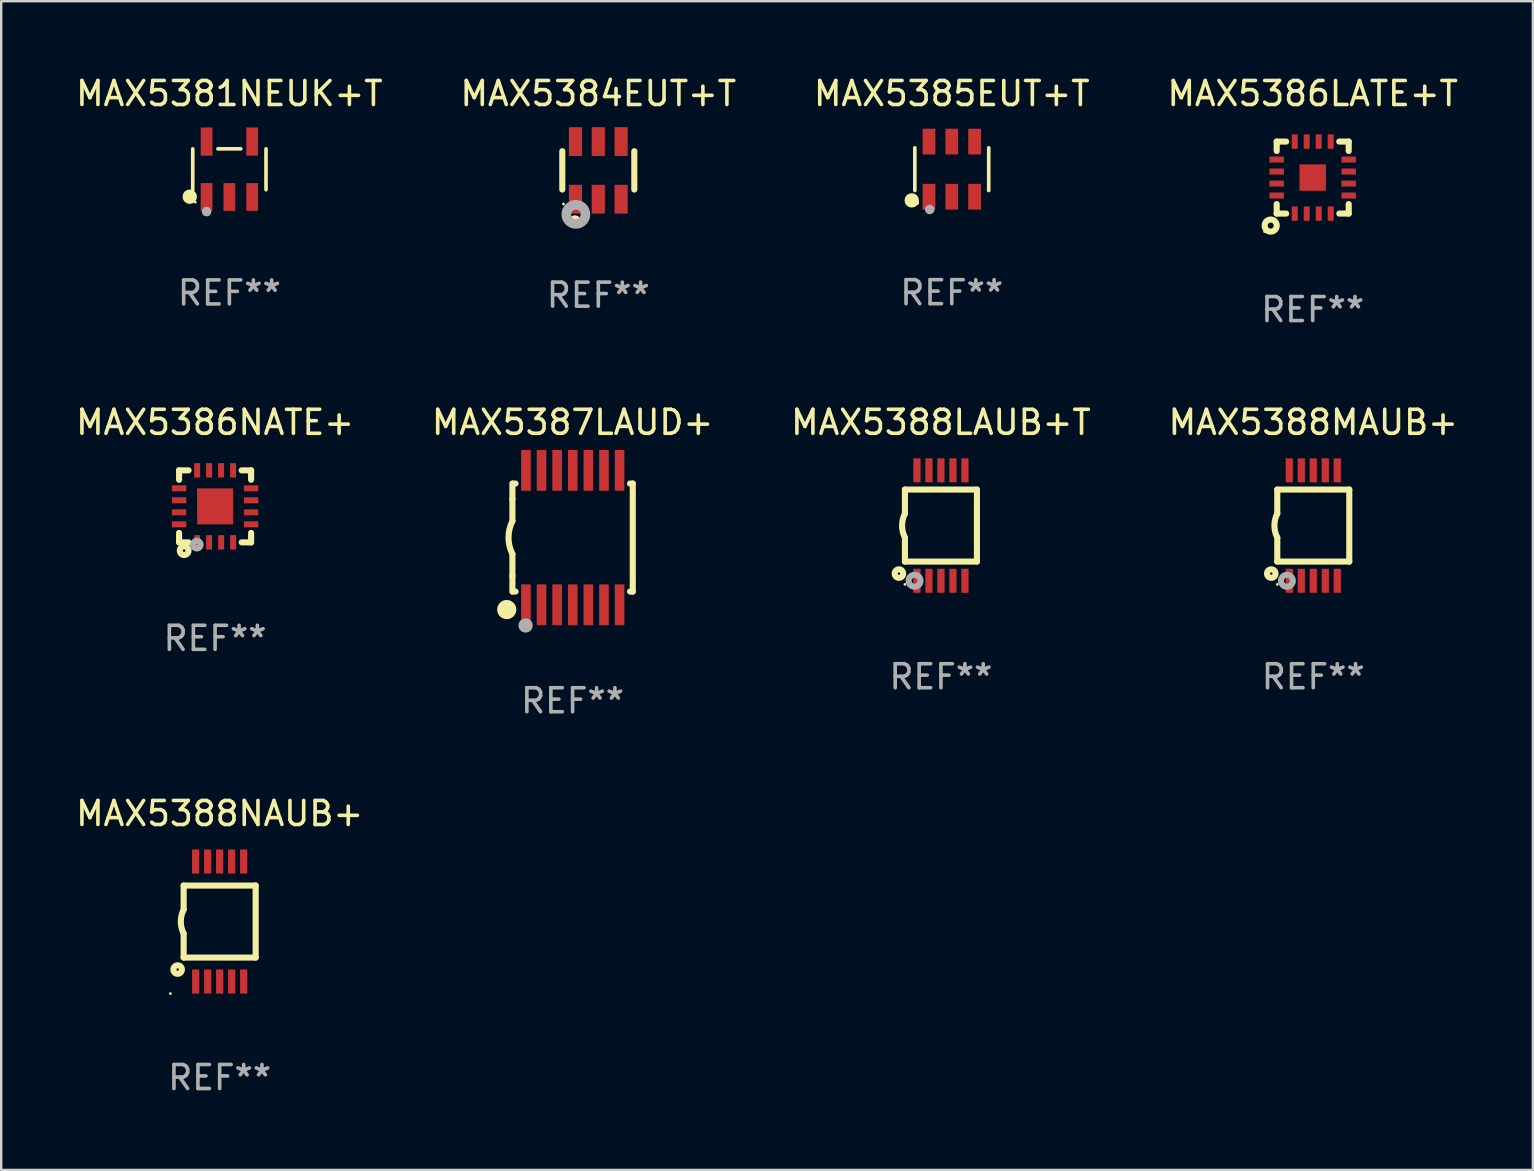
<source format=kicad_pcb>
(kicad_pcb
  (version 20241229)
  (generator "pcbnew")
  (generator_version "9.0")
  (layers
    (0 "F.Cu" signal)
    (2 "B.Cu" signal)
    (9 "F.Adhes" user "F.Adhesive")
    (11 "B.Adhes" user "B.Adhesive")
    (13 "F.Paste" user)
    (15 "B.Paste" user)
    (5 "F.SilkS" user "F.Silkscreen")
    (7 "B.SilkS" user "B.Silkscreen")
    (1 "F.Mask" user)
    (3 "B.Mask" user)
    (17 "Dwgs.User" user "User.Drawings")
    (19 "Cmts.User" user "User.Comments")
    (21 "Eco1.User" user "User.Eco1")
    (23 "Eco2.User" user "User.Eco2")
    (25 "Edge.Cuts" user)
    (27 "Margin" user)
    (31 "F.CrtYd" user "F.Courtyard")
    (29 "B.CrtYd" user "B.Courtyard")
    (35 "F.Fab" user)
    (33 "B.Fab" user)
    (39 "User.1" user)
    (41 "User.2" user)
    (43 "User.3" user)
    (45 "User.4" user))
  (footprint "MAX5386NATE+"
    (layer "F.Cu")
    (at 5.911 18.045)
    (property "Reference" "MAX5386NATE+" (at 0 -3.5 0) (layer "F.SilkS") (effects (font (size 1 1) (thickness 0.15))))
    (attr through_hole)
    (fp_line (start -1.5 -1.5) (end -1.5 -1.108) (stroke (width 0.254) (type solid)) (layer "F.SilkS"))
    (fp_line (start -1.5 -1.5) (end -1.105 -1.5) (stroke (width 0.254) (type solid)) (layer "F.SilkS"))
    (fp_line (start -1.5 1.104) (end -1.5 1.5) (stroke (width 0.254) (type solid)) (layer "F.SilkS"))
    (fp_line (start -1.5 1.5) (end -1.105 1.5) (stroke (width 0.254) (type solid)) (layer "F.SilkS"))
    (fp_line (start 1.106 -1.5) (end 1.5 -1.5) (stroke (width 0.254) (type solid)) (layer "F.SilkS"))
    (fp_line (start 1.108 1.5) (end 1.5 1.5) (stroke (width 0.254) (type solid)) (layer "F.SilkS"))
    (fp_line (start 1.5 -1.108) (end 1.5 -1.5) (stroke (width 0.254) (type solid)) (layer "F.SilkS"))
    (fp_line (start 1.5 1.5) (end 1.5 1.104) (stroke (width 0.254) (type solid)) (layer "F.SilkS"))
    (fp_circle (center -1.5 1.5) (end -1.47 1.5) (stroke (width 0.06) (type solid)) (fill no) (layer "F.SilkS"))
    (fp_circle (center -1.289 1.845) (end -1.235 1.845) (stroke (width 0.254) (type solid)) (fill no) (layer "F.SilkS"))
    (fp_circle (center -0.762 1.596) (end -0.731 1.596) (stroke (width 0.254) (type solid)) (fill no) (layer "F.Fab"))
    (fp_text user "REF**" (at 0 5.5 0) (layer "F.Fab") (effects (font (size 1 1) (thickness 0.15))))
    (pad "1" smd rect (at -0.748 1.5 180) (size 0.25 0.6) (layers "F.Cu" "F.Mask" "F.Paste"))
    (pad "2" smd rect (at -0.249 1.5 180) (size 0.25 0.6) (layers "F.Cu" "F.Mask" "F.Paste"))
    (pad "3" smd rect (at 0.252 1.5 180) (size 0.25 0.6) (layers "F.Cu" "F.Mask" "F.Paste"))
    (pad "4" smd rect (at 0.751 1.5 180) (size 0.25 0.6) (layers "F.Cu" "F.Mask" "F.Paste"))
    (pad "5" smd rect (at 1.5 0.748 270) (size 0.25 0.6) (layers "F.Cu" "F.Mask" "F.Paste"))
    (pad "6" smd rect (at 1.5 0.248 270) (size 0.25 0.6) (layers "F.Cu" "F.Mask" "F.Paste"))
    (pad "7" smd rect (at 1.5 -0.252 270) (size 0.25 0.6) (layers "F.Cu" "F.Mask" "F.Paste"))
    (pad "8" smd rect (at 1.5 -0.752 270) (size 0.25 0.6) (layers "F.Cu" "F.Mask" "F.Paste"))
    (pad "9" smd rect (at 0.75 -1.5) (size 0.25 0.6) (layers "F.Cu" "F.Mask" "F.Paste"))
    (pad "10" smd rect (at 0.25 -1.5) (size 0.25 0.6) (layers "F.Cu" "F.Mask" "F.Paste"))
    (pad "11" smd rect (at -0.25 -1.5) (size 0.25 0.6) (layers "F.Cu" "F.Mask" "F.Paste"))
    (pad "12" smd rect (at -0.748 -1.5) (size 0.25 0.6) (layers "F.Cu" "F.Mask" "F.Paste"))
    (pad "13" smd rect (at -1.5 -0.752 90) (size 0.25 0.6) (layers "F.Cu" "F.Mask" "F.Paste"))
    (pad "14" smd rect (at -1.5 -0.252 90) (size 0.25 0.6) (layers "F.Cu" "F.Mask" "F.Paste"))
    (pad "15" smd rect (at -1.5 0.248 90) (size 0.25 0.6) (layers "F.Cu" "F.Mask" "F.Paste"))
    (pad "16" smd rect (at -1.5 0.748 90) (size 0.25 0.6) (layers "F.Cu" "F.Mask" "F.Paste"))
    (pad "17" smd rect (at -0.000064 0.000076 90) (size 1.5 1.5) (layers "F.Cu" "F.Mask" "F.Paste")))
  (footprint "MAX5381NEUK+T"
    (layer "F.Cu")
    (at 6.506 4.002)
    (property "Reference" "MAX5381NEUK+T" (at 0 -3.154 0) (layer "F.SilkS") (effects (font (size 1 1) (thickness 0.15))))
    (attr through_hole)
    (fp_line (start -1.526 0.851) (end -1.526 -0.851) (stroke (width 0.152) (type solid)) (layer "F.SilkS"))
    (fp_line (start 0.476 -0.851) (end -0.476 -0.851) (stroke (width 0.152) (type solid)) (layer "F.SilkS"))
    (fp_line (start 1.526 0.851) (end 1.526 -0.851) (stroke (width 0.152) (type solid)) (layer "F.SilkS"))
    (fp_circle (center -1.651 1.143) (end -1.501 1.143) (stroke (width 0.3) (type solid)) (fill no) (layer "F.SilkS"))
    (fp_circle (center -1.42 1.37) (end -1.39 1.37) (stroke (width 0.06) (type solid)) (fill no) (layer "F.SilkS"))
    (fp_circle (center -0.95 1.763) (end -0.85 1.763) (stroke (width 0.2) (type solid)) (fill no) (layer "F.Fab"))
    (fp_text user "REF**" (at 0 5.154 0) (layer "F.Fab") (effects (font (size 1 1) (thickness 0.15))))
    (pad "1" smd rect (at -0.95 1.154) (size 0.49 1.157) (layers "F.Cu" "F.Mask" "F.Paste"))
    (pad "2" smd rect (at 0 1.154) (size 0.49 1.157) (layers "F.Cu" "F.Mask" "F.Paste"))
    (pad "3" smd rect (at 0.95 1.154) (size 0.49 1.157) (layers "F.Cu" "F.Mask" "F.Paste"))
    (pad "4" smd rect (at 0.95 -1.154) (size 0.49 1.175) (layers "F.Cu" "F.Mask" "F.Paste"))
    (pad "5" smd rect (at -0.95 -1.154) (size 0.49 1.175) (layers "F.Cu" "F.Mask" "F.Paste")))
  (footprint "MAX5387LAUD+"
    (layer "F.Cu")
    (at 20.804 19.345)
    (property "Reference" "MAX5387LAUD+" (at 0 -4.8 0) (layer "F.SilkS") (effects (font (size 1 1) (thickness 0.15))))
    (attr through_hole)
    (fp_line (start -2.507 -1.6) (end -2.507 -2.25) (stroke (width 0.254) (type solid)) (layer "F.SilkS"))
    (fp_line (start -2.507 -0.686) (end -2.507 -1.6) (stroke (width 0.254) (type solid)) (layer "F.SilkS"))
    (fp_line (start -2.507 1.6) (end -2.507 0.686) (stroke (width 0.254) (type solid)) (layer "F.SilkS"))
    (fp_line (start -2.507 1.6) (end -2.507 2.25) (stroke (width 0.254) (type solid)) (layer "F.SilkS"))
    (fp_line (start -2.493 -2.25) (end -2.377 -2.25) (stroke (width 0.254) (type solid)) (layer "F.SilkS"))
    (fp_line (start -2.377 2.25) (end -2.493 2.25) (stroke (width 0.254) (type solid)) (layer "F.SilkS"))
    (fp_line (start 2.392 -2.25) (end 2.507 -2.25) (stroke (width 0.254) (type solid)) (layer "F.SilkS"))
    (fp_line (start 2.507 -2.25) (end 2.507 2.25) (stroke (width 0.254) (type solid)) (layer "F.SilkS"))
    (fp_line (start 2.507 2.25) (end 2.392 2.25) (stroke (width 0.254) (type solid)) (layer "F.SilkS"))
    (fp_arc (start -2.507303 0.685802) (mid -2.669199 0) (end -2.507303 -0.685801) (stroke (width 0.254001) (type solid)) (layer "F.SilkS"))
    (fp_circle (center -2.743 3) (end -2.543 3) (stroke (width 0.4) (type solid)) (fill no) (layer "F.SilkS"))
    (fp_circle (center -2.493 3.2) (end -2.463 3.2) (stroke (width 0.06) (type solid)) (fill no) (layer "F.SilkS"))
    (fp_circle (center -1.957 3.662) (end -1.807 3.662) (stroke (width 0.3) (type solid)) (fill no) (layer "F.Fab"))
    (fp_text user "REF**" (at 0 6.8 0) (layer "F.Fab") (effects (font (size 1 1) (thickness 0.15))))
    (pad "1" smd rect (at -1.943 2.8) (size 0.4 1.7) (layers "F.Cu" "F.Mask" "F.Paste"))
    (pad "2" smd rect (at -1.293 2.8) (size 0.4 1.7) (layers "F.Cu" "F.Mask" "F.Paste"))
    (pad "3" smd rect (at -0.643 2.8) (size 0.4 1.7) (layers "F.Cu" "F.Mask" "F.Paste"))
    (pad "4" smd rect (at 0.007 2.8) (size 0.4 1.7) (layers "F.Cu" "F.Mask" "F.Paste"))
    (pad "5" smd rect (at 0.657 2.8) (size 0.4 1.7) (layers "F.Cu" "F.Mask" "F.Paste"))
    (pad "6" smd rect (at 1.307 2.8) (size 0.4 1.7) (layers "F.Cu" "F.Mask" "F.Paste"))
    (pad "7" smd rect (at 1.957 2.8) (size 0.4 1.7) (layers "F.Cu" "F.Mask" "F.Paste"))
    (pad "8" smd rect (at 1.957 -2.8) (size 0.4 1.7) (layers "F.Cu" "F.Mask" "F.Paste"))
    (pad "9" smd rect (at 1.307 -2.8) (size 0.4 1.7) (layers "F.Cu" "F.Mask" "F.Paste"))
    (pad "10" smd rect (at 0.657 -2.8) (size 0.4 1.7) (layers "F.Cu" "F.Mask" "F.Paste"))
    (pad "11" smd rect (at 0.007 -2.8) (size 0.4 1.7) (layers "F.Cu" "F.Mask" "F.Paste"))
    (pad "12" smd rect (at -0.643 -2.8) (size 0.4 1.7) (layers "F.Cu" "F.Mask" "F.Paste"))
    (pad "13" smd rect (at -1.293 -2.8) (size 0.4 1.7) (layers "F.Cu" "F.Mask" "F.Paste"))
    (pad "14" smd rect (at -1.943 -2.8) (size 0.4 1.7) (layers "F.Cu" "F.Mask" "F.Paste")))
  (footprint "MAX5388NAUB+"
    (layer "F.Cu")
    (at 6.101 35.342)
    (property "Reference" "MAX5388NAUB+" (at 0 -4.5 0) (layer "F.SilkS") (effects (font (size 1 1) (thickness 0.15))))
    (attr through_hole)
    (fp_line (start -1.5 -1.5) (end -1.5 -0.5) (stroke (width 0.254) (type solid)) (layer "F.SilkS"))
    (fp_line (start -1.5 1.5) (end -1.5 0.5) (stroke (width 0.254) (type solid)) (layer "F.SilkS"))
    (fp_line (start -1.5 1.5) (end 1.5 1.5) (stroke (width 0.254) (type solid)) (layer "F.SilkS"))
    (fp_line (start 1.5 1.5) (end 1.5 -1.5) (stroke (width 0.254) (type solid)) (layer "F.SilkS"))
    (fp_line (start 1.5 -1.5) (end -1.5 -1.5) (stroke (width 0.254) (type solid)) (layer "F.SilkS"))
    (fp_arc (start -1.500165 0.499873) (mid -1.618199 -0.000127) (end -1.500165 -0.500127) (stroke (width 0.254001) (type solid)) (layer "F.SilkS"))
    (fp_circle (center -2.054 3) (end -2.024 3) (stroke (width 0.06) (type solid)) (fill no) (layer "F.SilkS"))
    (fp_circle (center -1.75 2) (end -1.573 2) (stroke (width 0.254) (type solid)) (fill no) (layer "F.SilkS"))
    (fp_text user "REF**" (at 0 6.5 0) (layer "F.Fab") (effects (font (size 1 1) (thickness 0.15))))
    (pad "1" smd rect (at -0.999 2.5 180) (size 0.3 1) (layers "F.Cu" "F.Mask" "F.Paste"))
    (pad "2" smd rect (at -0.499 2.5 180) (size 0.3 1) (layers "F.Cu" "F.Mask" "F.Paste"))
    (pad "3" smd rect (at 0.001 2.5 180) (size 0.3 1) (layers "F.Cu" "F.Mask" "F.Paste"))
    (pad "4" smd rect (at 0.501 2.5 180) (size 0.3 1) (layers "F.Cu" "F.Mask" "F.Paste"))
    (pad "5" smd rect (at 1.001 2.5 180) (size 0.3 1) (layers "F.Cu" "F.Mask" "F.Paste"))
    (pad "6" smd rect (at 1 -2.5 180) (size 0.3 1) (layers "F.Cu" "F.Mask" "F.Paste"))
    (pad "7" smd rect (at 0.5 -2.5 180) (size 0.3 1) (layers "F.Cu" "F.Mask" "F.Paste"))
    (pad "8" smd rect (at -0.000165 -2.5 180) (size 0.3 1) (layers "F.Cu" "F.Mask" "F.Paste"))
    (pad "9" smd rect (at -0.5 -2.5 180) (size 0.3 1) (layers "F.Cu" "F.Mask" "F.Paste"))
    (pad "10" smd rect (at -1 -2.5 180) (size 0.3 1) (layers "F.Cu" "F.Mask" "F.Paste")))
  (footprint "MAX5385EUT+T"
    (layer "F.Cu")
    (at 36.601 3.997)
    (property "Reference" "MAX5385EUT+T" (at 0 -3.149 0) (layer "F.SilkS") (effects (font (size 1 1) (thickness 0.15))))
    (attr through_hole)
    (fp_line (start -1.539 0.889) (end -1.539 -0.889) (stroke (width 0.152) (type solid)) (layer "F.SilkS"))
    (fp_line (start 1.539 0.889) (end 1.539 -0.889) (stroke (width 0.152) (type solid)) (layer "F.SilkS"))
    (fp_circle (center -1.668 1.301) (end -1.518 1.301) (stroke (width 0.3) (type solid)) (fill no) (layer "F.SilkS"))
    (fp_circle (center -1.463 1.4) (end -1.413 1.4) (stroke (width 0.1) (type solid)) (fill no) (layer "F.SilkS"))
    (fp_circle (center -0.92 1.68) (end -0.82 1.68) (stroke (width 0.2) (type solid)) (fill no) (layer "F.Fab"))
    (fp_text user "REF**" (at 0 5.149 0) (layer "F.Fab") (effects (font (size 1 1) (thickness 0.15))))
    (pad "1" smd rect (at -0.95 1.149) (size 0.532 1.072) (layers "F.Cu" "F.Mask" "F.Paste"))
    (pad "2" smd rect (at 0 1.149) (size 0.532 1.072) (layers "F.Cu" "F.Mask" "F.Paste"))
    (pad "3" smd rect (at 0.95 1.149) (size 0.532 1.072) (layers "F.Cu" "F.Mask" "F.Paste"))
    (pad "4" smd rect (at 0.95 -1.149) (size 0.532 1.072) (layers "F.Cu" "F.Mask" "F.Paste"))
    (pad "5" smd rect (at 0 -1.149) (size 0.532 1.072) (layers "F.Cu" "F.Mask" "F.Paste"))
    (pad "6" smd rect (at -0.95 -1.149) (size 0.532 1.072) (layers "F.Cu" "F.Mask" "F.Paste")))
  (footprint "MAX5388MAUB+"
    (layer "F.Cu")
    (at 51.661 18.845)
    (property "Reference" "MAX5388MAUB+" (at 0 -4.3 0) (layer "F.SilkS") (effects (font (size 1 1) (thickness 0.15))))
    (attr through_hole)
    (fp_line (start -1.5 -1.5) (end -1.5 -0.5) (stroke (width 0.254) (type solid)) (layer "F.SilkS"))
    (fp_line (start -1.5 1.5) (end -1.5 0.5) (stroke (width 0.254) (type solid)) (layer "F.SilkS"))
    (fp_line (start -1.5 1.5) (end 1.5 1.5) (stroke (width 0.254) (type solid)) (layer "F.SilkS"))
    (fp_line (start 1.5 1.5) (end 1.5 -1.5) (stroke (width 0.254) (type solid)) (layer "F.SilkS"))
    (fp_line (start 1.5 -1.5) (end -1.5 -1.5) (stroke (width 0.254) (type solid)) (layer "F.SilkS"))
    (fp_arc (start -1.500165 0.5) (mid -1.618199 0) (end -1.500165 -0.5) (stroke (width 0.254001) (type solid)) (layer "F.SilkS"))
    (fp_circle (center -1.75 2) (end -1.573 2) (stroke (width 0.254) (type solid)) (fill no) (layer "F.SilkS"))
    (fp_circle (center -1.499 2.45) (end -1.469 2.45) (stroke (width 0.06) (type solid)) (fill no) (layer "F.SilkS"))
    (fp_circle (center -1.099 2.3) (end -0.975 2.3) (stroke (width 0.25) (type solid)) (fill no) (layer "F.Fab"))
    (fp_text user "REF**" (at 0 6.3 0) (layer "F.Fab") (effects (font (size 1 1) (thickness 0.15))))
    (pad "1" smd rect (at -0.999 2.3 180) (size 0.3 1) (layers "F.Cu" "F.Mask" "F.Paste"))
    (pad "2" smd rect (at -0.499 2.3 180) (size 0.3 1) (layers "F.Cu" "F.Mask" "F.Paste"))
    (pad "3" smd rect (at 0.001 2.3 180) (size 0.3 1) (layers "F.Cu" "F.Mask" "F.Paste"))
    (pad "4" smd rect (at 0.501 2.3 180) (size 0.3 1) (layers "F.Cu" "F.Mask" "F.Paste"))
    (pad "5" smd rect (at 1.001 2.3 180) (size 0.3 1) (layers "F.Cu" "F.Mask" "F.Paste"))
    (pad "6" smd rect (at 1 -2.3 180) (size 0.3 1) (layers "F.Cu" "F.Mask" "F.Paste"))
    (pad "7" smd rect (at 0.5 -2.3 180) (size 0.3 1) (layers "F.Cu" "F.Mask" "F.Paste"))
    (pad "8" smd rect (at -0.000165 -2.3 180) (size 0.3 1) (layers "F.Cu" "F.Mask" "F.Paste"))
    (pad "9" smd rect (at -0.5 -2.3 180) (size 0.3 1) (layers "F.Cu" "F.Mask" "F.Paste"))
    (pad "10" smd rect (at -1 -2.3 180) (size 0.3 1) (layers "F.Cu" "F.Mask" "F.Paste")))
  (footprint "MAX5384EUT+T"
    (layer "F.Cu")
    (at 21.875 4.048)
    (property "Reference" "MAX5384EUT+T" (at 0 -3.2 0) (layer "F.SilkS") (effects (font (size 1 1) (thickness 0.15))))
    (attr through_hole)
    (fp_line (start -1.5 0.8) (end -1.5 -0.8) (stroke (width 0.254) (type solid)) (layer "F.SilkS"))
    (fp_line (start 1.5 -0.8) (end 1.5 0.8) (stroke (width 0.254) (type solid)) (layer "F.SilkS"))
    (fp_circle (center -1.45 1.4) (end -1.42 1.4) (stroke (width 0.06) (type solid)) (fill no) (layer "F.SilkS"))
    (fp_circle (center -0.975 2.125) (end -0.848 2.125) (stroke (width 0.254) (type solid)) (fill no) (layer "F.SilkS"))
    (fp_circle (center -0.934 1.832) (end -0.735 1.832) (stroke (width 0.4) (type solid)) (fill no) (layer "F.Fab"))
    (fp_text user "REF**" (at 0 5.2 0) (layer "F.Fab") (effects (font (size 1 1) (thickness 0.15))))
    (pad "1" smd rect (at -0.95 1.2) (size 0.55 1.2) (layers "F.Cu" "F.Mask" "F.Paste"))
    (pad "2" smd rect (at 0 1.2) (size 0.55 1.2) (layers "F.Cu" "F.Mask" "F.Paste"))
    (pad "3" smd rect (at 0.95 1.2) (size 0.55 1.2) (layers "F.Cu" "F.Mask" "F.Paste"))
    (pad "4" smd rect (at 0.95 -1.2) (size 0.55 1.2) (layers "F.Cu" "F.Mask" "F.Paste"))
    (pad "5" smd rect (at 0 -1.2) (size 0.55 1.2) (layers "F.Cu" "F.Mask" "F.Paste"))
    (pad "6" smd rect (at -0.95 -1.2) (size 0.55 1.2) (layers "F.Cu" "F.Mask" "F.Paste")))
  (footprint "MAX5386LATE+T"
    (layer "F.Cu")
    (at 51.637 4.348)
    (property "Reference" "MAX5386LATE+T" (at 0 -3.5 0) (layer "F.SilkS") (effects (font (size 1 1) (thickness 0.15))))
    (attr through_hole)
    (fp_line (start -1.5 -1.5) (end -1.5 -1.108) (stroke (width 0.254) (type solid)) (layer "F.SilkS"))
    (fp_line (start -1.5 -1.5) (end -1.105 -1.5) (stroke (width 0.254) (type solid)) (layer "F.SilkS"))
    (fp_line (start -1.5 1.104) (end -1.5 1.5) (stroke (width 0.254) (type solid)) (layer "F.SilkS"))
    (fp_line (start -1.5 1.5) (end -1.105 1.5) (stroke (width 0.254) (type solid)) (layer "F.SilkS"))
    (fp_line (start 1.106 -1.5) (end 1.5 -1.5) (stroke (width 0.254) (type solid)) (layer "F.SilkS"))
    (fp_line (start 1.108 1.5) (end 1.5 1.5) (stroke (width 0.254) (type solid)) (layer "F.SilkS"))
    (fp_line (start 1.5 -1.108) (end 1.5 -1.5) (stroke (width 0.254) (type solid)) (layer "F.SilkS"))
    (fp_line (start 1.5 1.5) (end 1.5 1.104) (stroke (width 0.254) (type solid)) (layer "F.SilkS"))
    (fp_circle (center -2.002 2.252) (end -1.972 2.252) (stroke (width 0.06) (type solid)) (fill no) (layer "F.SilkS"))
    (fp_circle (center -1.75 2) (end -1.625 2) (stroke (width 0.254) (type solid)) (fill no) (layer "F.SilkS"))
    (fp_text user "REF**" (at 0 5.5 0) (layer "F.Fab") (effects (font (size 1 1) (thickness 0.15))))
    (pad "1" smd rect (at -0.748 1.5 180) (size 0.25 0.6) (layers "F.Cu" "F.Mask" "F.Paste"))
    (pad "2" smd rect (at -0.249 1.5 180) (size 0.25 0.6) (layers "F.Cu" "F.Mask" "F.Paste"))
    (pad "3" smd rect (at 0.252 1.5 180) (size 0.25 0.6) (layers "F.Cu" "F.Mask" "F.Paste"))
    (pad "4" smd rect (at 0.751 1.5 180) (size 0.25 0.6) (layers "F.Cu" "F.Mask" "F.Paste"))
    (pad "5" smd rect (at 1.5 0.748 270) (size 0.25 0.6) (layers "F.Cu" "F.Mask" "F.Paste"))
    (pad "6" smd rect (at 1.5 0.248 270) (size 0.25 0.6) (layers "F.Cu" "F.Mask" "F.Paste"))
    (pad "7" smd rect (at 1.5 -0.252 270) (size 0.25 0.6) (layers "F.Cu" "F.Mask" "F.Paste"))
    (pad "8" smd rect (at 1.5 -0.752 270) (size 0.25 0.6) (layers "F.Cu" "F.Mask" "F.Paste"))
    (pad "9" smd rect (at 0.75 -1.5) (size 0.25 0.6) (layers "F.Cu" "F.Mask" "F.Paste"))
    (pad "10" smd rect (at 0.25 -1.5) (size 0.25 0.6) (layers "F.Cu" "F.Mask" "F.Paste"))
    (pad "11" smd rect (at -0.25 -1.5) (size 0.25 0.6) (layers "F.Cu" "F.Mask" "F.Paste"))
    (pad "12" smd rect (at -0.748 -1.5) (size 0.25 0.6) (layers "F.Cu" "F.Mask" "F.Paste"))
    (pad "13" smd rect (at -1.5 -0.752 90) (size 0.25 0.6) (layers "F.Cu" "F.Mask" "F.Paste"))
    (pad "14" smd rect (at -1.5 -0.252 90) (size 0.25 0.6) (layers "F.Cu" "F.Mask" "F.Paste"))
    (pad "15" smd rect (at -1.5 0.248 90) (size 0.25 0.6) (layers "F.Cu" "F.Mask" "F.Paste"))
    (pad "16" smd rect (at -1.5 0.748 90) (size 0.25 0.6) (layers "F.Cu" "F.Mask" "F.Paste"))
    (pad "17" smd rect (at -0.000191 -0.000051 90) (size 1.1 1.1) (layers "F.Cu" "F.Mask" "F.Paste")))
  (footprint "MAX5388LAUB+T"
    (layer "F.Cu")
    (at 36.149 18.845)
    (property "Reference" "MAX5388LAUB+T" (at 0 -4.3 0) (layer "F.SilkS") (effects (font (size 1 1) (thickness 0.15))))
    (attr through_hole)
    (fp_line (start -1.5 -1.5) (end -1.5 -0.5) (stroke (width 0.254) (type solid)) (layer "F.SilkS"))
    (fp_line (start -1.5 1.5) (end -1.5 0.5) (stroke (width 0.254) (type solid)) (layer "F.SilkS"))
    (fp_line (start -1.5 1.5) (end 1.5 1.5) (stroke (width 0.254) (type solid)) (layer "F.SilkS"))
    (fp_line (start 1.5 1.5) (end 1.5 -1.5) (stroke (width 0.254) (type solid)) (layer "F.SilkS"))
    (fp_line (start 1.5 -1.5) (end -1.5 -1.5) (stroke (width 0.254) (type solid)) (layer "F.SilkS"))
    (fp_arc (start -1.500165 0.5) (mid -1.618199 0) (end -1.500165 -0.5) (stroke (width 0.254001) (type solid)) (layer "F.SilkS"))
    (fp_circle (center -1.75 2) (end -1.573 2) (stroke (width 0.254) (type solid)) (fill no) (layer "F.SilkS"))
    (fp_circle (center -1.499 2.45) (end -1.469 2.45) (stroke (width 0.06) (type solid)) (fill no) (layer "F.SilkS"))
    (fp_circle (center -1.099 2.3) (end -0.975 2.3) (stroke (width 0.25) (type solid)) (fill no) (layer "F.Fab"))
    (fp_text user "REF**" (at 0 6.3 0) (layer "F.Fab") (effects (font (size 1 1) (thickness 0.15))))
    (pad "1" smd rect (at -0.999 2.3 180) (size 0.3 1) (layers "F.Cu" "F.Mask" "F.Paste"))
    (pad "2" smd rect (at -0.499 2.3 180) (size 0.3 1) (layers "F.Cu" "F.Mask" "F.Paste"))
    (pad "3" smd rect (at 0.001 2.3 180) (size 0.3 1) (layers "F.Cu" "F.Mask" "F.Paste"))
    (pad "4" smd rect (at 0.501 2.3 180) (size 0.3 1) (layers "F.Cu" "F.Mask" "F.Paste"))
    (pad "5" smd rect (at 1.001 2.3 180) (size 0.3 1) (layers "F.Cu" "F.Mask" "F.Paste"))
    (pad "6" smd rect (at 1 -2.3 180) (size 0.3 1) (layers "F.Cu" "F.Mask" "F.Paste"))
    (pad "7" smd rect (at 0.5 -2.3 180) (size 0.3 1) (layers "F.Cu" "F.Mask" "F.Paste"))
    (pad "8" smd rect (at -0.000165 -2.3 180) (size 0.3 1) (layers "F.Cu" "F.Mask" "F.Paste"))
    (pad "9" smd rect (at -0.5 -2.3 180) (size 0.3 1) (layers "F.Cu" "F.Mask" "F.Paste"))
    (pad "10" smd rect (at -1 -2.3 180) (size 0.3 1) (layers "F.Cu" "F.Mask" "F.Paste")))
  (gr_rect
    (start -3 -3)
    (end 60.81 45.69)
    (stroke (width 0.1) (type default))
    (fill no)
    (layer "Edge.Cuts")))
</source>
